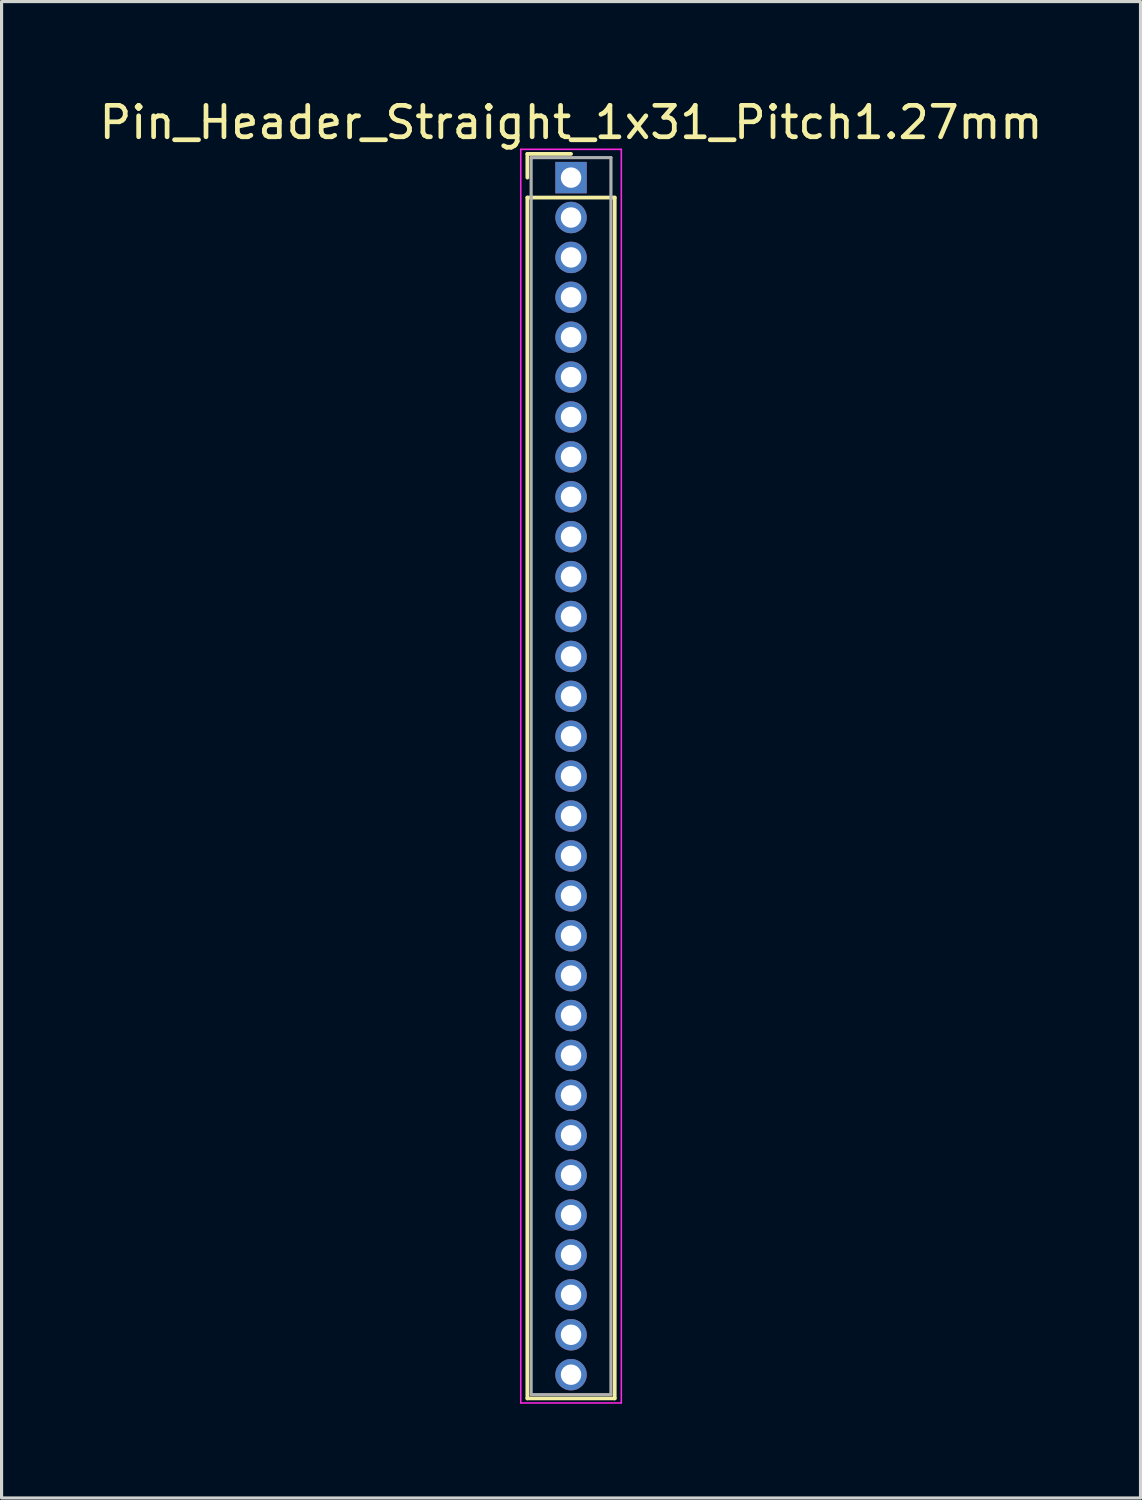
<source format=kicad_pcb>
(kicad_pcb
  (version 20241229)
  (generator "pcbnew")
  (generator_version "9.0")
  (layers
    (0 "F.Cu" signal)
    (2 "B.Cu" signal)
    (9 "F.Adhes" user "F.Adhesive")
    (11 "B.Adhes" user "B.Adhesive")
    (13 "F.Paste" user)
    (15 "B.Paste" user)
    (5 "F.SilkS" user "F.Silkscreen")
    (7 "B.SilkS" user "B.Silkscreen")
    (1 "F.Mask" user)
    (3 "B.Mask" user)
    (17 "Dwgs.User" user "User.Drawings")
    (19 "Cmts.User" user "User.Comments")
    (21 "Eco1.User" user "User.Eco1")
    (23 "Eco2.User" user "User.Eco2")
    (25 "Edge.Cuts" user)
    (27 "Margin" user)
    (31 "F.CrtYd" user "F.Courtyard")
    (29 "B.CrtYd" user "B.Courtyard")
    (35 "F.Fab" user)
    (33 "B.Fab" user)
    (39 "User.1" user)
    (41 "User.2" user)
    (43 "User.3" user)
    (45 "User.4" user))
  (footprint "Pin_Header_Straight_1x31_Pitch1.27mm"
    (layer "F.Cu")
    (at 15.125 2.603)
    (property "Reference" "Pin_Header_Straight_1x31_Pitch1.27mm" (at 0 -1.755 0) (layer "F.SilkS") (effects (font (size 1 1) (thickness 0.15))))
    (attr through_hole)
    (fp_line (start -1.39 -0.755) (end 0 -0.755) (stroke (width 0.12) (type solid)) (layer "F.SilkS"))
    (fp_line (start -1.39 0) (end -1.39 -0.755) (stroke (width 0.12) (type solid)) (layer "F.SilkS"))
    (fp_line (start -1.39 0.635) (end -1.39 38.855) (stroke (width 0.12) (type solid)) (layer "F.SilkS"))
    (fp_line (start -1.39 38.855) (end 1.39 38.855) (stroke (width 0.12) (type solid)) (layer "F.SilkS"))
    (fp_line (start 1.39 0.635) (end -1.39 0.635) (stroke (width 0.12) (type solid)) (layer "F.SilkS"))
    (fp_line (start 1.39 38.855) (end 1.39 0.635) (stroke (width 0.12) (type solid)) (layer "F.SilkS"))
    (fp_line (start -1.6 -0.9) (end -1.6 39) (stroke (width 0.05) (type solid)) (layer "F.CrtYd"))
    (fp_line (start -1.6 39) (end 1.6 39) (stroke (width 0.05) (type solid)) (layer "F.CrtYd"))
    (fp_line (start 1.6 -0.9) (end -1.6 -0.9) (stroke (width 0.05) (type solid)) (layer "F.CrtYd"))
    (fp_line (start 1.6 39) (end 1.6 -0.9) (stroke (width 0.05) (type solid)) (layer "F.CrtYd"))
    (fp_line (start -1.27 -0.635) (end -1.27 38.735) (stroke (width 0.1) (type solid)) (layer "F.Fab"))
    (fp_line (start -1.27 38.735) (end 1.27 38.735) (stroke (width 0.1) (type solid)) (layer "F.Fab"))
    (fp_line (start 1.27 -0.635) (end -1.27 -0.635) (stroke (width 0.1) (type solid)) (layer "F.Fab"))
    (fp_line (start 1.27 38.735) (end 1.27 -0.635) (stroke (width 0.1) (type solid)) (layer "F.Fab"))
    (pad "1" thru_hole rect (at 0 0) (size 1 1) (drill 0.65) (layers "*.Cu" "*.Mask"))
    (pad "2" thru_hole oval (at 0 1.27) (size 1 1) (drill 0.65) (layers "*.Cu" "*.Mask"))
    (pad "3" thru_hole oval (at 0 2.54) (size 1 1) (drill 0.65) (layers "*.Cu" "*.Mask"))
    (pad "4" thru_hole oval (at 0 3.81) (size 1 1) (drill 0.65) (layers "*.Cu" "*.Mask"))
    (pad "5" thru_hole oval (at 0 5.08) (size 1 1) (drill 0.65) (layers "*.Cu" "*.Mask"))
    (pad "6" thru_hole oval (at 0 6.35) (size 1 1) (drill 0.65) (layers "*.Cu" "*.Mask"))
    (pad "7" thru_hole oval (at 0 7.62) (size 1 1) (drill 0.65) (layers "*.Cu" "*.Mask"))
    (pad "8" thru_hole oval (at 0 8.89) (size 1 1) (drill 0.65) (layers "*.Cu" "*.Mask"))
    (pad "9" thru_hole oval (at 0 10.16) (size 1 1) (drill 0.65) (layers "*.Cu" "*.Mask"))
    (pad "10" thru_hole oval (at 0 11.43) (size 1 1) (drill 0.65) (layers "*.Cu" "*.Mask"))
    (pad "11" thru_hole oval (at 0 12.7) (size 1 1) (drill 0.65) (layers "*.Cu" "*.Mask"))
    (pad "12" thru_hole oval (at 0 13.97) (size 1 1) (drill 0.65) (layers "*.Cu" "*.Mask"))
    (pad "13" thru_hole oval (at 0 15.24) (size 1 1) (drill 0.65) (layers "*.Cu" "*.Mask"))
    (pad "14" thru_hole oval (at 0 16.51) (size 1 1) (drill 0.65) (layers "*.Cu" "*.Mask"))
    (pad "15" thru_hole oval (at 0 17.78) (size 1 1) (drill 0.65) (layers "*.Cu" "*.Mask"))
    (pad "16" thru_hole oval (at 0 19.05) (size 1 1) (drill 0.65) (layers "*.Cu" "*.Mask"))
    (pad "17" thru_hole oval (at 0 20.32) (size 1 1) (drill 0.65) (layers "*.Cu" "*.Mask"))
    (pad "18" thru_hole oval (at 0 21.59) (size 1 1) (drill 0.65) (layers "*.Cu" "*.Mask"))
    (pad "19" thru_hole oval (at 0 22.86) (size 1 1) (drill 0.65) (layers "*.Cu" "*.Mask"))
    (pad "20" thru_hole oval (at 0 24.13) (size 1 1) (drill 0.65) (layers "*.Cu" "*.Mask"))
    (pad "21" thru_hole oval (at 0 25.4) (size 1 1) (drill 0.65) (layers "*.Cu" "*.Mask"))
    (pad "22" thru_hole oval (at 0 26.67) (size 1 1) (drill 0.65) (layers "*.Cu" "*.Mask"))
    (pad "23" thru_hole oval (at 0 27.94) (size 1 1) (drill 0.65) (layers "*.Cu" "*.Mask"))
    (pad "24" thru_hole oval (at 0 29.21) (size 1 1) (drill 0.65) (layers "*.Cu" "*.Mask"))
    (pad "25" thru_hole oval (at 0 30.48) (size 1 1) (drill 0.65) (layers "*.Cu" "*.Mask"))
    (pad "26" thru_hole oval (at 0 31.75) (size 1 1) (drill 0.65) (layers "*.Cu" "*.Mask"))
    (pad "27" thru_hole oval (at 0 33.02) (size 1 1) (drill 0.65) (layers "*.Cu" "*.Mask"))
    (pad "28" thru_hole oval (at 0 34.29) (size 1 1) (drill 0.65) (layers "*.Cu" "*.Mask"))
    (pad "29" thru_hole oval (at 0 35.56) (size 1 1) (drill 0.65) (layers "*.Cu" "*.Mask"))
    (pad "30" thru_hole oval (at 0 36.83) (size 1 1) (drill 0.65) (layers "*.Cu" "*.Mask"))
    (pad "31" thru_hole oval (at 0 38.1) (size 1 1) (drill 0.65) (layers "*.Cu" "*.Mask")))
  (gr_rect
    (start -3 -3)
    (end 33.25 44.628)
    (stroke (width 0.1) (type default))
    (fill no)
    (layer "Edge.Cuts")))
</source>
